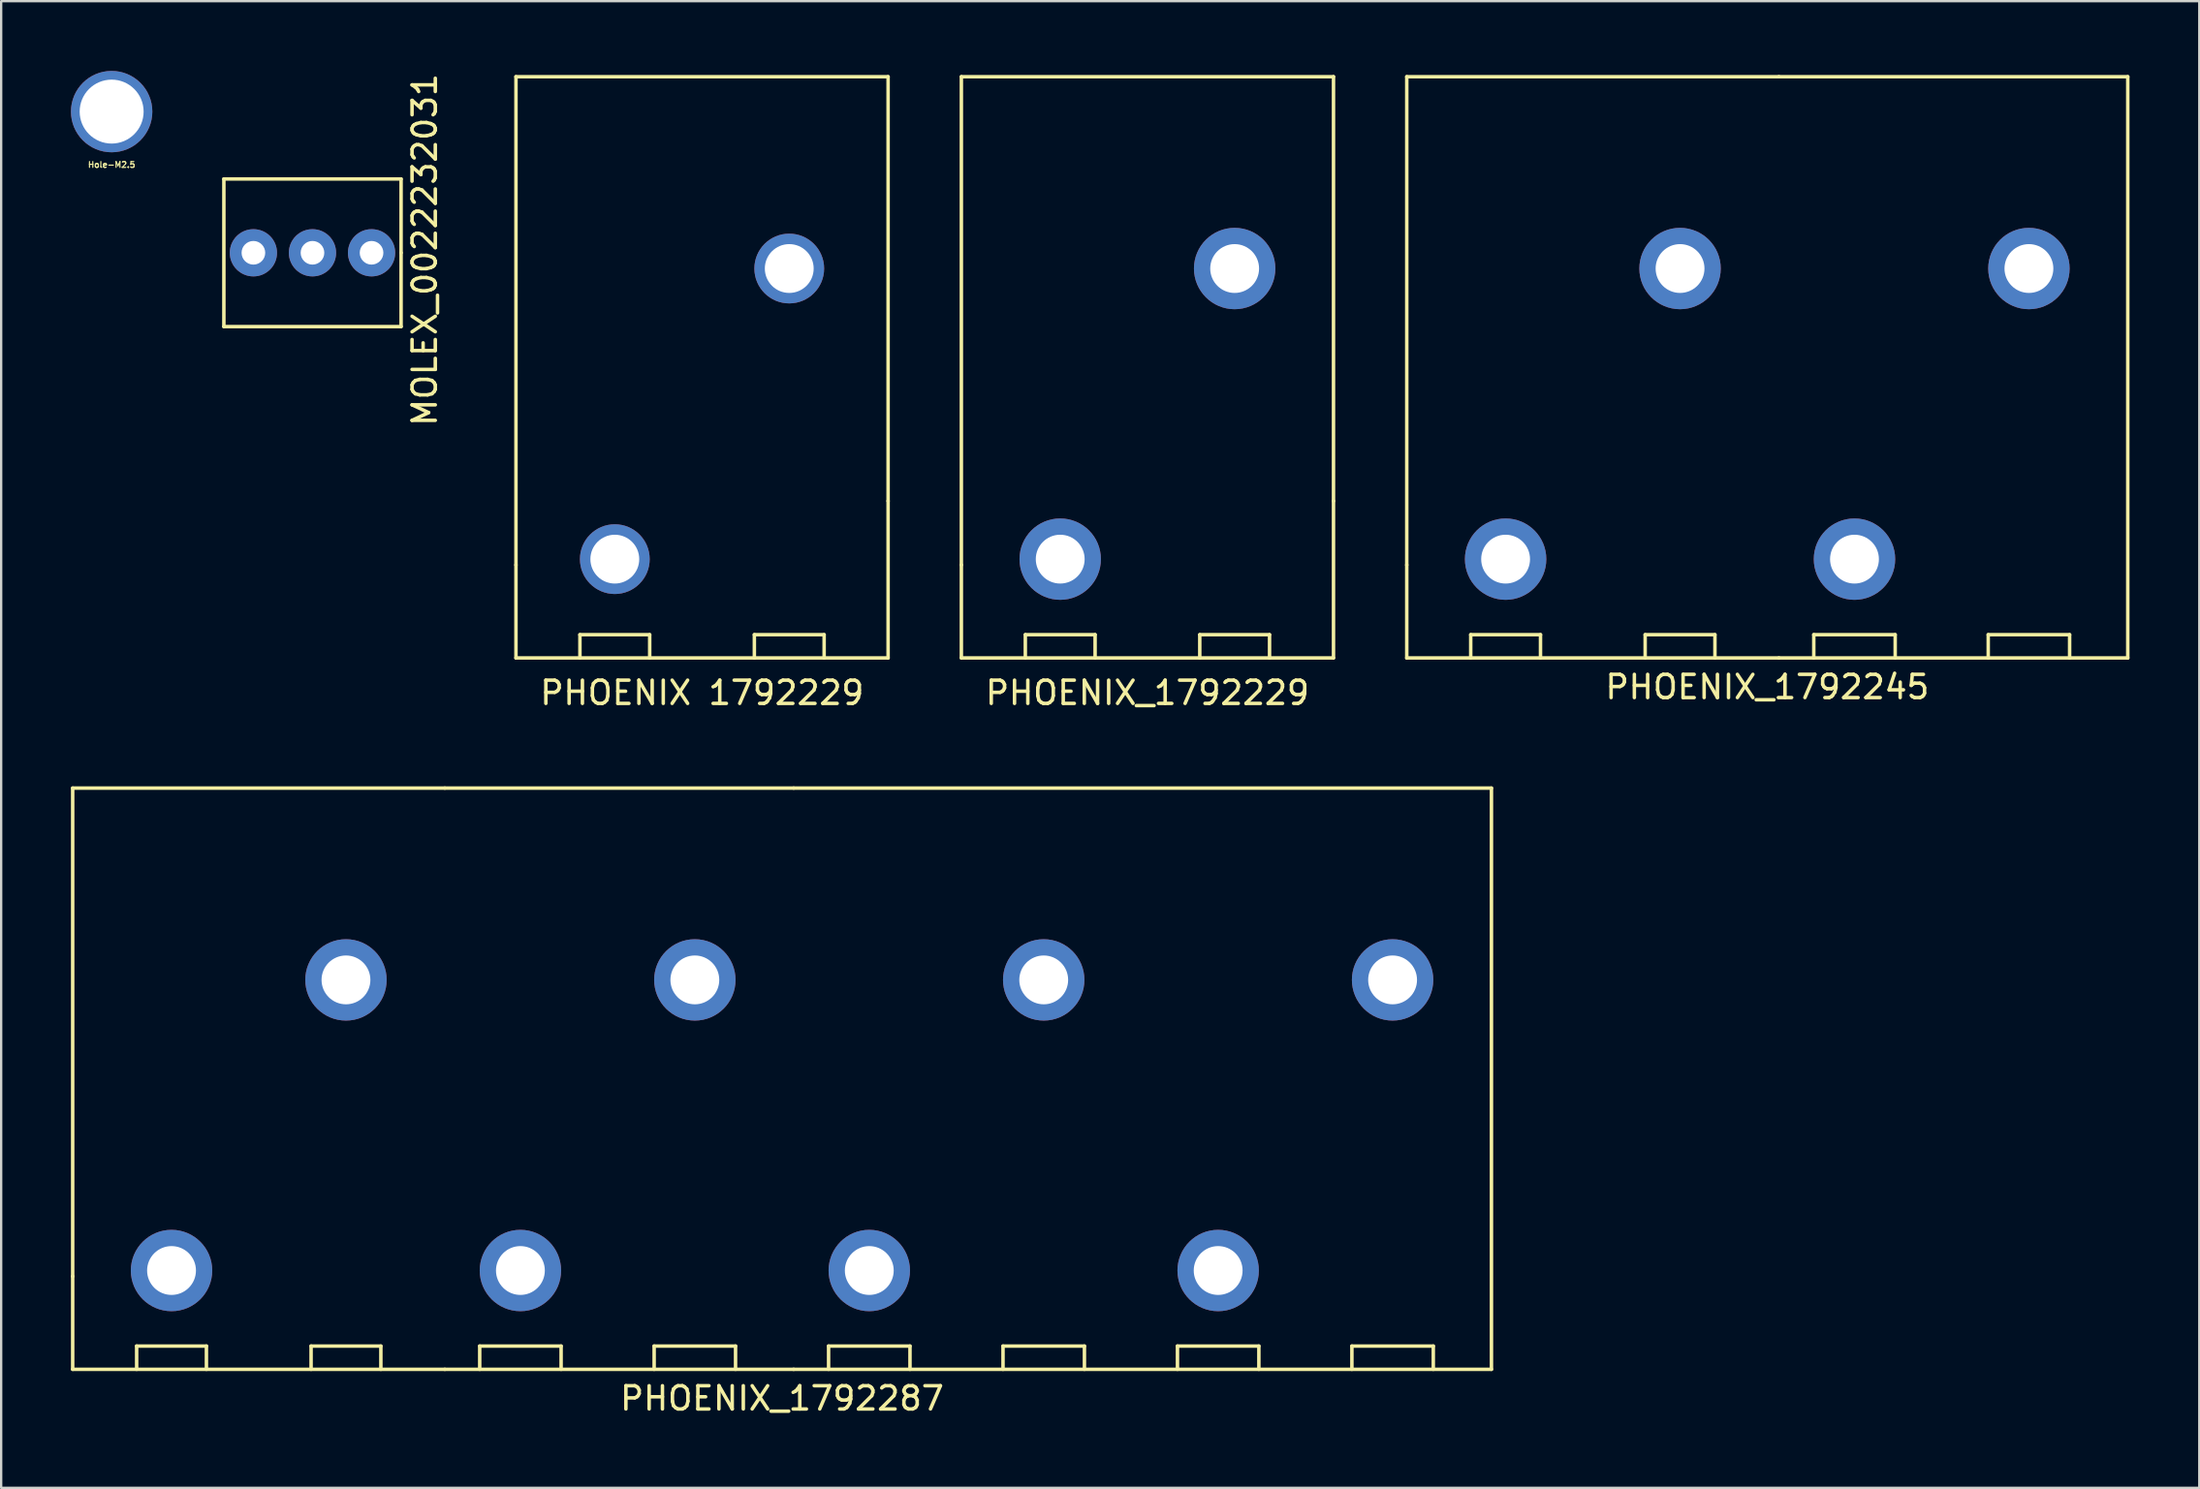
<source format=kicad_pcb>
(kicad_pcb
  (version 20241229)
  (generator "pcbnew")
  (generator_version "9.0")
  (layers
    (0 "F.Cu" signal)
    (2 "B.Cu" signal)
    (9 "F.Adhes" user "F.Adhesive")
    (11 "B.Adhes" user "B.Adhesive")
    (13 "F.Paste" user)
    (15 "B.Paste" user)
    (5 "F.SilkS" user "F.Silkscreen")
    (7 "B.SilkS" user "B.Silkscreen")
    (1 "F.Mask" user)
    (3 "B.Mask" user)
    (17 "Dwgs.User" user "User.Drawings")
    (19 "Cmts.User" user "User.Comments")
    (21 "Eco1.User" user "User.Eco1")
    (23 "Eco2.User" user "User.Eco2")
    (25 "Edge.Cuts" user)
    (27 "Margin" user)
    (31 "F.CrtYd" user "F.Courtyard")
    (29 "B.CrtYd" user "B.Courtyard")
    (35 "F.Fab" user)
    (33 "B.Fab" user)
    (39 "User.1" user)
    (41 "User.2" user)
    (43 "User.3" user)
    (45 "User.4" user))
  (footprint "PHOENIX_1792287"
    (layer "F.Cu")
    (at 8.075 30.848)
    (property "Reference" "PHOENIX_1792287" (at 22.5 26.25 0) (layer "F.SilkS") (effects (font (size 1 1) (thickness 0.15))))
    (attr through_hole)
    (fp_line (start -8 0) (end 8 0) (stroke (width 0.15) (type solid)) (layer "F.SilkS"))
    (fp_line (start -8 21) (end -8 0) (stroke (width 0.15) (type solid)) (layer "F.SilkS"))
    (fp_line (start -8 21) (end -8 25) (stroke (width 0.15) (type solid)) (layer "F.SilkS"))
    (fp_line (start -8 25) (end 8 25) (stroke (width 0.15) (type solid)) (layer "F.SilkS"))
    (fp_line (start -5.25 24) (end -2.25 24) (stroke (width 0.15) (type solid)) (layer "F.SilkS"))
    (fp_line (start -5.25 25) (end -5.25 24) (stroke (width 0.15) (type solid)) (layer "F.SilkS"))
    (fp_line (start -2.25 24) (end -2.25 25) (stroke (width 0.15) (type solid)) (layer "F.SilkS"))
    (fp_line (start 2.25 24) (end 5.25 24) (stroke (width 0.15) (type solid)) (layer "F.SilkS"))
    (fp_line (start 2.25 25) (end 2.25 24) (stroke (width 0.15) (type solid)) (layer "F.SilkS"))
    (fp_line (start 5.25 24) (end 5.25 25) (stroke (width 0.15) (type solid)) (layer "F.SilkS"))
    (fp_line (start 8 0) (end 23 0) (stroke (width 0.15) (type solid)) (layer "F.SilkS"))
    (fp_line (start 9.5 24) (end 13 24) (stroke (width 0.15) (type solid)) (layer "F.SilkS"))
    (fp_line (start 9.5 25) (end 9.5 24) (stroke (width 0.15) (type solid)) (layer "F.SilkS"))
    (fp_line (start 13 24) (end 13 25) (stroke (width 0.15) (type solid)) (layer "F.SilkS"))
    (fp_line (start 17 24) (end 20.5 24) (stroke (width 0.15) (type solid)) (layer "F.SilkS"))
    (fp_line (start 17 25) (end 17 24) (stroke (width 0.15) (type solid)) (layer "F.SilkS"))
    (fp_line (start 20.5 24) (end 20.5 25) (stroke (width 0.15) (type solid)) (layer "F.SilkS"))
    (fp_line (start 23 0) (end 53 0) (stroke (width 0.15) (type solid)) (layer "F.SilkS"))
    (fp_line (start 23 25) (end 8 25) (stroke (width 0.15) (type solid)) (layer "F.SilkS"))
    (fp_line (start 24.5 24) (end 28 24) (stroke (width 0.15) (type solid)) (layer "F.SilkS"))
    (fp_line (start 24.5 25) (end 24.5 24) (stroke (width 0.15) (type solid)) (layer "F.SilkS"))
    (fp_line (start 28 24) (end 28 25) (stroke (width 0.15) (type solid)) (layer "F.SilkS"))
    (fp_line (start 32 24) (end 35.5 24) (stroke (width 0.15) (type solid)) (layer "F.SilkS"))
    (fp_line (start 32 25) (end 32 24) (stroke (width 0.15) (type solid)) (layer "F.SilkS"))
    (fp_line (start 35.5 24) (end 35.5 25) (stroke (width 0.15) (type solid)) (layer "F.SilkS"))
    (fp_line (start 39.5 24) (end 43 24) (stroke (width 0.15) (type solid)) (layer "F.SilkS"))
    (fp_line (start 39.5 25) (end 39.5 24) (stroke (width 0.15) (type solid)) (layer "F.SilkS"))
    (fp_line (start 43 24) (end 43 25) (stroke (width 0.15) (type solid)) (layer "F.SilkS"))
    (fp_line (start 47 24) (end 50.5 24) (stroke (width 0.15) (type solid)) (layer "F.SilkS"))
    (fp_line (start 47 25) (end 47 24) (stroke (width 0.15) (type solid)) (layer "F.SilkS"))
    (fp_line (start 50.5 24) (end 50.5 25) (stroke (width 0.15) (type solid)) (layer "F.SilkS"))
    (fp_line (start 53 0) (end 53 25) (stroke (width 0.15) (type solid)) (layer "F.SilkS"))
    (fp_line (start 53 25) (end 23 25) (stroke (width 0.15) (type solid)) (layer "F.SilkS"))
    (pad "1" thru_hole circle (at -3.75 20.75) (size 3.5 3.5) (drill 2.1) (layers "*.Cu" "*.Mask"))
    (pad "2" thru_hole circle (at 3.75 8.25) (size 3.5 3.5) (drill 2.1) (layers "*.Cu" "*.Mask"))
    (pad "3" thru_hole circle (at 11.25 20.75) (size 3.5 3.5) (drill 2.1) (layers "*.Cu" "*.Mask"))
    (pad "4" thru_hole circle (at 18.75 8.25) (size 3.5 3.5) (drill 2.1) (layers "*.Cu" "*.Mask"))
    (pad "5" thru_hole circle (at 26.25 20.75) (size 3.5 3.5) (drill 2.1) (layers "*.Cu" "*.Mask"))
    (pad "6" thru_hole circle (at 33.75 8.25) (size 3.5 3.5) (drill 2.1) (layers "*.Cu" "*.Mask"))
    (pad "7" thru_hole circle (at 41.25 20.75) (size 3.5 3.5) (drill 2.1) (layers "*.Cu" "*.Mask"))
    (pad "8" thru_hole circle (at 48.75 8.25) (size 3.5 3.5) (drill 2.1) (layers "*.Cu" "*.Mask")))
  (footprint "MOLEX_0022232031"
    (layer "F.Cu")
    (at 10.385 7.823)
    (property "Reference" "MOLEX_0022232031" (at 4.826 -0.127 90) (layer "F.SilkS") (effects (font (size 1 1) (thickness 0.15))))
    (attr through_hole)
    (fp_line (start -3.81 -3.175) (end 3.81 -3.175) (stroke (width 0.15) (type solid)) (layer "F.SilkS"))
    (fp_line (start -3.81 3.175) (end -3.81 -3.175) (stroke (width 0.15) (type solid)) (layer "F.SilkS"))
    (fp_line (start 3.81 -3.175) (end 3.81 0) (stroke (width 0.15) (type solid)) (layer "F.SilkS"))
    (fp_line (start 3.81 0) (end 3.81 3.175) (stroke (width 0.15) (type solid)) (layer "F.SilkS"))
    (fp_line (start 3.81 3.175) (end -3.81 3.175) (stroke (width 0.15) (type solid)) (layer "F.SilkS"))
    (pad "1" thru_hole circle (at -2.54 0) (size 2.032 2.032) (drill 1.016) (layers "*.Cu" "*.Mask"))
    (pad "2" thru_hole circle (at 0 0) (size 2.032 2.032) (drill 1.016) (layers "*.Cu" "*.Mask"))
    (pad "3" thru_hole circle (at 2.54 0) (size 2.032 2.032) (drill 1.016) (layers "*.Cu" "*.Mask")))
  (footprint "PHOENIX_1792245"
    (layer "F.Cu")
    (at 65.434 0.25)
    (property "Reference" "PHOENIX_1792245" (at 7.5 26.25 0) (layer "F.SilkS") (effects (font (size 1 1) (thickness 0.15))))
    (attr through_hole)
    (fp_line (start -8 0) (end 8 0) (stroke (width 0.15) (type solid)) (layer "F.SilkS"))
    (fp_line (start -8 21) (end -8 0) (stroke (width 0.15) (type solid)) (layer "F.SilkS"))
    (fp_line (start -8 21) (end -8 25) (stroke (width 0.15) (type solid)) (layer "F.SilkS"))
    (fp_line (start -8 25) (end 8 25) (stroke (width 0.15) (type solid)) (layer "F.SilkS"))
    (fp_line (start -5.25 24) (end -2.25 24) (stroke (width 0.15) (type solid)) (layer "F.SilkS"))
    (fp_line (start -5.25 25) (end -5.25 24) (stroke (width 0.15) (type solid)) (layer "F.SilkS"))
    (fp_line (start -2.25 24) (end -2.25 25) (stroke (width 0.15) (type solid)) (layer "F.SilkS"))
    (fp_line (start 2.25 24) (end 5.25 24) (stroke (width 0.15) (type solid)) (layer "F.SilkS"))
    (fp_line (start 2.25 25) (end 2.25 24) (stroke (width 0.15) (type solid)) (layer "F.SilkS"))
    (fp_line (start 5.25 24) (end 5.25 25) (stroke (width 0.15) (type solid)) (layer "F.SilkS"))
    (fp_line (start 8 0) (end 23 0) (stroke (width 0.15) (type solid)) (layer "F.SilkS"))
    (fp_line (start 9.5 24) (end 13 24) (stroke (width 0.15) (type solid)) (layer "F.SilkS"))
    (fp_line (start 9.5 25) (end 9.5 24) (stroke (width 0.15) (type solid)) (layer "F.SilkS"))
    (fp_line (start 13 24) (end 13 25) (stroke (width 0.15) (type solid)) (layer "F.SilkS"))
    (fp_line (start 17 24) (end 20.5 24) (stroke (width 0.15) (type solid)) (layer "F.SilkS"))
    (fp_line (start 17 25) (end 17 24) (stroke (width 0.15) (type solid)) (layer "F.SilkS"))
    (fp_line (start 20.5 24) (end 20.5 25) (stroke (width 0.15) (type solid)) (layer "F.SilkS"))
    (fp_line (start 23 0) (end 23 25) (stroke (width 0.15) (type solid)) (layer "F.SilkS"))
    (fp_line (start 23 25) (end 8 25) (stroke (width 0.15) (type solid)) (layer "F.SilkS"))
    (pad "1" thru_hole circle (at -3.75 20.75) (size 3.5 3.5) (drill 2.1) (layers "*.Cu" "*.Mask"))
    (pad "2" thru_hole circle (at 3.75 8.25) (size 3.5 3.5) (drill 2.1) (layers "*.Cu" "*.Mask"))
    (pad "3" thru_hole circle (at 11.25 20.75) (size 3.5 3.5) (drill 2.1) (layers "*.Cu" "*.Mask"))
    (pad "4" thru_hole circle (at 18.75 8.25) (size 3.5 3.5) (drill 2.1) (layers "*.Cu" "*.Mask")))
  (footprint "PHOENIX 1792229"
    (layer "F.Cu")
    (at 27.134 0.25)
    (property "Reference" "PHOENIX 1792229" (at 0 26.5 0) (layer "F.SilkS") (effects (font (size 1 1) (thickness 0.15))))
    (attr through_hole)
    (fp_line (start -8 0) (end 8 0) (stroke (width 0.15) (type solid)) (layer "F.SilkS"))
    (fp_line (start -8 21) (end -8 0) (stroke (width 0.15) (type solid)) (layer "F.SilkS"))
    (fp_line (start -8 21) (end -8 25) (stroke (width 0.15) (type solid)) (layer "F.SilkS"))
    (fp_line (start -8 25) (end 8 25) (stroke (width 0.15) (type solid)) (layer "F.SilkS"))
    (fp_line (start -5.25 24) (end -2.25 24) (stroke (width 0.15) (type solid)) (layer "F.SilkS"))
    (fp_line (start -5.25 25) (end -5.25 24) (stroke (width 0.15) (type solid)) (layer "F.SilkS"))
    (fp_line (start -2.25 24) (end -2.25 25) (stroke (width 0.15) (type solid)) (layer "F.SilkS"))
    (fp_line (start 2.25 24) (end 5.25 24) (stroke (width 0.15) (type solid)) (layer "F.SilkS"))
    (fp_line (start 2.25 25) (end 2.25 24) (stroke (width 0.15) (type solid)) (layer "F.SilkS"))
    (fp_line (start 5.25 24) (end 5.25 25) (stroke (width 0.15) (type solid)) (layer "F.SilkS"))
    (fp_line (start 8 0) (end 8 18.25) (stroke (width 0.15) (type solid)) (layer "F.SilkS"))
    (fp_line (start 8 25) (end 8 18.25) (stroke (width 0.15) (type solid)) (layer "F.SilkS"))
    (pad "1" thru_hole circle (at -3.75 20.75) (size 3 3) (drill 2.1) (layers "*.Cu" "*.Mask"))
    (pad "2" thru_hole circle (at 3.75 8.25) (size 3 3) (drill 2.1) (layers "*.Cu" "*.Mask")))
  (footprint "Hole-M2.5"
    (layer "F.Cu")
    (at 1.75 1.75)
    (property "Reference" "Hole-M2.5" (at 0 2.286 0) (layer "F.SilkS") (effects (font (size 0.25 0.25) (thickness 0.05))))
    (attr through_hole)
    (pad "2" thru_hole circle (at 0 0) (size 3.5 3.5) (drill 2.75) (layers "*.Cu")))
  (footprint "PHOENIX_1792229"
    (layer "F.Cu")
    (at 46.284 0.25)
    (property "Reference" "PHOENIX_1792229" (at 0 26.5 0) (layer "F.SilkS") (effects (font (size 1 1) (thickness 0.15))))
    (attr through_hole)
    (fp_line (start -8 0) (end 8 0) (stroke (width 0.15) (type solid)) (layer "F.SilkS"))
    (fp_line (start -8 21) (end -8 0) (stroke (width 0.15) (type solid)) (layer "F.SilkS"))
    (fp_line (start -8 21) (end -8 25) (stroke (width 0.15) (type solid)) (layer "F.SilkS"))
    (fp_line (start -8 25) (end 8 25) (stroke (width 0.15) (type solid)) (layer "F.SilkS"))
    (fp_line (start -5.25 24) (end -2.25 24) (stroke (width 0.15) (type solid)) (layer "F.SilkS"))
    (fp_line (start -5.25 25) (end -5.25 24) (stroke (width 0.15) (type solid)) (layer "F.SilkS"))
    (fp_line (start -2.25 24) (end -2.25 25) (stroke (width 0.15) (type solid)) (layer "F.SilkS"))
    (fp_line (start 2.25 24) (end 5.25 24) (stroke (width 0.15) (type solid)) (layer "F.SilkS"))
    (fp_line (start 2.25 25) (end 2.25 24) (stroke (width 0.15) (type solid)) (layer "F.SilkS"))
    (fp_line (start 5.25 24) (end 5.25 25) (stroke (width 0.15) (type solid)) (layer "F.SilkS"))
    (fp_line (start 8 0) (end 8 18.25) (stroke (width 0.15) (type solid)) (layer "F.SilkS"))
    (fp_line (start 8 25) (end 8 18.25) (stroke (width 0.15) (type solid)) (layer "F.SilkS"))
    (pad "1" thru_hole circle (at -3.75 20.75) (size 3.5 3.5) (drill 2.1) (layers "*.Cu" "*.Mask"))
    (pad "2" thru_hole circle (at 3.75 8.25) (size 3.5 3.5) (drill 2.1) (layers "*.Cu" "*.Mask")))
  (gr_rect
    (start -3 -3)
    (end 91.509 60.947)
    (stroke (width 0.1) (type default))
    (fill no)
    (layer "Edge.Cuts")))
</source>
